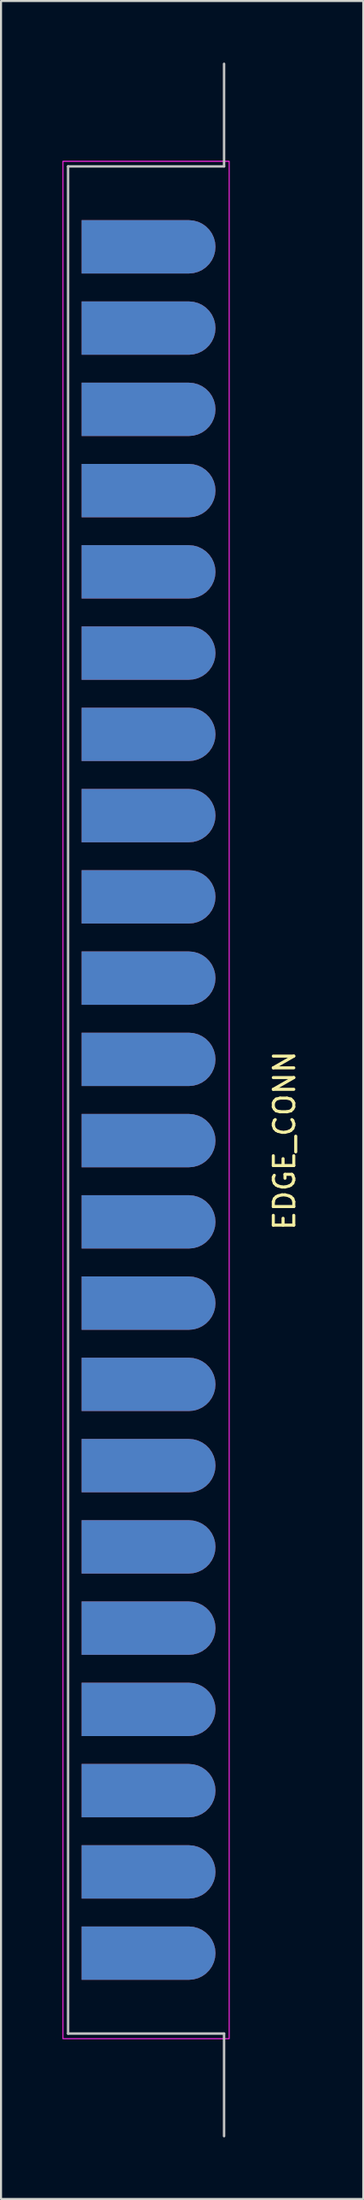
<source format=kicad_pcb>
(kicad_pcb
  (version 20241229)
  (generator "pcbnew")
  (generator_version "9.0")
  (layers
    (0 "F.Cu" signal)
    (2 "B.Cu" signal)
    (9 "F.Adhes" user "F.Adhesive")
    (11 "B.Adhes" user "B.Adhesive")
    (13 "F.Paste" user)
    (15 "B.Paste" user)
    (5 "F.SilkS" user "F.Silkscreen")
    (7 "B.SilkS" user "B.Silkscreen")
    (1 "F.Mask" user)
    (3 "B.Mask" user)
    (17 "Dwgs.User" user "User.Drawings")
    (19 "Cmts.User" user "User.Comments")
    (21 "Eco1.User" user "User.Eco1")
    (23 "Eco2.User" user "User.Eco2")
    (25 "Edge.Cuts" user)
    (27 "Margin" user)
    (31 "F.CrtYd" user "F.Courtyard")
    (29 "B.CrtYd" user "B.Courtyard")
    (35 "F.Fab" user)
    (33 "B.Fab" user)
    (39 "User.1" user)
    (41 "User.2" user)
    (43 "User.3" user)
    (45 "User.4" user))
  (footprint "EDGE_CONN"
    (layer "F.Cu")
    (at 4.085 50.56)
    (property "Reference" "EDGE_CONN" (at 6.76 1.98 270) (layer "F.SilkS") (effects (font (size 1 1) (thickness 0.15))))
    (attr smd)
    (fp_rect (start -3.94 -46.62) (end 3.64 46.62) (stroke (width 0.12) (type solid)) (fill yes) (layer "F.Mask"))
    (fp_rect (start -3.94 -46.62) (end 3.64 46.62) (stroke (width 0.12) (type solid)) (fill yes) (layer "B.Mask"))
    (fp_line (start -3.81 -45.5) (end -3.81 45.5) (stroke (width 0.12) (type solid)) (layer "Dwgs.User"))
    (fp_line (start -3.81 -45.5) (end 3.81 -45.5) (stroke (width 0.12) (type solid)) (layer "Dwgs.User"))
    (fp_line (start -3.81 45.5) (end 3.81 45.5) (stroke (width 0.12) (type solid)) (layer "Dwgs.User"))
    (fp_line (start 3.81 -45.5) (end 3.81 -50.5) (stroke (width 0.12) (type solid)) (layer "Dwgs.User"))
    (fp_line (start 3.81 45.5) (end 3.81 50.5) (stroke (width 0.12) (type solid)) (layer "Dwgs.User"))
    (fp_rect (start -4.06 -45.75) (end 4.06 45.75) (stroke (width 0.05) (type default)) (fill no) (layer "F.CrtYd"))
    (pad "1" connect roundrect (at 0.12 -41.58 90) (size 2.6 6.54) (layers "F.Cu") (roundrect_rratio 0.5) (chamfer_ratio 0) (chamfer top_left top_right))
    (pad "2" connect roundrect (at 0.12 -37.62 90) (size 2.6 6.54) (layers "F.Cu") (roundrect_rratio 0.5) (chamfer_ratio 0) (chamfer top_left top_right))
    (pad "3" connect roundrect (at 0.12 -33.66 90) (size 2.6 6.54) (layers "F.Cu") (roundrect_rratio 0.5) (chamfer_ratio 0) (chamfer top_left top_right))
    (pad "4" connect roundrect (at 0.12 -29.7 90) (size 2.6 6.54) (layers "F.Cu") (roundrect_rratio 0.5) (chamfer_ratio 0) (chamfer top_left top_right))
    (pad "5" connect roundrect (at 0.12 -25.74 90) (size 2.6 6.54) (layers "F.Cu") (roundrect_rratio 0.5) (chamfer_ratio 0) (chamfer top_left top_right))
    (pad "6" connect roundrect (at 0.12 -21.78 90) (size 2.6 6.54) (layers "F.Cu") (roundrect_rratio 0.5) (chamfer_ratio 0) (chamfer top_left top_right))
    (pad "7" connect roundrect (at 0.12 -17.82 90) (size 2.6 6.54) (layers "F.Cu") (roundrect_rratio 0.5) (chamfer_ratio 0) (chamfer top_left top_right))
    (pad "8" connect roundrect (at 0.12 -13.86 90) (size 2.6 6.54) (layers "F.Cu") (roundrect_rratio 0.5) (chamfer_ratio 0) (chamfer top_left top_right))
    (pad "9" connect roundrect (at 0.12 -9.9 90) (size 2.6 6.54) (layers "F.Cu") (roundrect_rratio 0.5) (chamfer_ratio 0) (chamfer top_left top_right))
    (pad "10" connect roundrect (at 0.12 -5.94 90) (size 2.6 6.54) (layers "F.Cu") (roundrect_rratio 0.5) (chamfer_ratio 0) (chamfer top_left top_right))
    (pad "11" connect roundrect (at 0.12 -1.98 90) (size 2.6 6.54) (layers "F.Cu") (roundrect_rratio 0.5) (chamfer_ratio 0) (chamfer top_left top_right))
    (pad "12" connect roundrect (at 0.12 1.98 90) (size 2.6 6.54) (layers "F.Cu") (roundrect_rratio 0.5) (chamfer_ratio 0) (chamfer top_left top_right))
    (pad "13" connect roundrect (at 0.12 5.94 90) (size 2.6 6.54) (layers "F.Cu") (roundrect_rratio 0.5) (chamfer_ratio 0) (chamfer top_left top_right))
    (pad "14" connect roundrect (at 0.12 9.9 90) (size 2.6 6.54) (layers "F.Cu") (roundrect_rratio 0.5) (chamfer_ratio 0) (chamfer top_left top_right))
    (pad "15" connect roundrect (at 0.12 13.86 90) (size 2.6 6.54) (layers "F.Cu") (roundrect_rratio 0.5) (chamfer_ratio 0) (chamfer top_left top_right))
    (pad "16" connect roundrect (at 0.12 17.82 90) (size 2.6 6.54) (layers "F.Cu") (roundrect_rratio 0.5) (chamfer_ratio 0) (chamfer top_left top_right))
    (pad "17" connect roundrect (at 0.12 21.78 90) (size 2.6 6.54) (layers "F.Cu") (roundrect_rratio 0.5) (chamfer_ratio 0) (chamfer top_left top_right))
    (pad "18" connect roundrect (at 0.12 25.74 90) (size 2.6 6.54) (layers "F.Cu") (roundrect_rratio 0.5) (chamfer_ratio 0) (chamfer top_left top_right))
    (pad "19" connect roundrect (at 0.12 29.7 90) (size 2.6 6.54) (layers "F.Cu") (roundrect_rratio 0.5) (chamfer_ratio 0) (chamfer top_left top_right))
    (pad "20" connect roundrect (at 0.12 33.66 90) (size 2.6 6.54) (layers "F.Cu") (roundrect_rratio 0.5) (chamfer_ratio 0) (chamfer top_left top_right))
    (pad "21" connect roundrect (at 0.12 37.62 90) (size 2.6 6.54) (layers "F.Cu") (roundrect_rratio 0.5) (chamfer_ratio 0) (chamfer top_left top_right))
    (pad "22" connect roundrect (at 0.12 41.58 90) (size 2.6 6.54) (layers "F.Cu") (roundrect_rratio 0.5) (chamfer_ratio 0) (chamfer top_left top_right))
    (pad "A" connect roundrect (at 0.12 -41.58 90) (size 2.6 6.54) (layers "B.Cu" "B.Mask") (roundrect_rratio 0.5) (chamfer_ratio 0) (chamfer top_left top_right))
    (pad "B" connect roundrect (at 0.12 -37.62 90) (size 2.6 6.54) (layers "B.Cu" "B.Mask") (roundrect_rratio 0.5) (chamfer_ratio 0) (chamfer top_left top_right))
    (pad "C" connect roundrect (at 0.12 -33.66 90) (size 2.6 6.54) (layers "B.Cu" "B.Mask") (roundrect_rratio 0.5) (chamfer_ratio 0) (chamfer top_left top_right))
    (pad "D" connect roundrect (at 0.12 -29.7 90) (size 2.6 6.54) (layers "B.Cu" "B.Mask") (roundrect_rratio 0.5) (chamfer_ratio 0) (chamfer top_left top_right))
    (pad "E" connect roundrect (at 0.12 -25.74 90) (size 2.6 6.54) (layers "B.Cu" "B.Mask") (roundrect_rratio 0.5) (chamfer_ratio 0) (chamfer top_left top_right))
    (pad "F" connect roundrect (at 0.12 -21.78 90) (size 2.6 6.54) (layers "B.Cu" "B.Mask") (roundrect_rratio 0.5) (chamfer_ratio 0) (chamfer top_left top_right))
    (pad "H" connect roundrect (at 0.12 -17.82 90) (size 2.6 6.54) (layers "B.Cu" "B.Mask") (roundrect_rratio 0.5) (chamfer_ratio 0) (chamfer top_left top_right))
    (pad "J" connect roundrect (at 0.12 -13.86 90) (size 2.6 6.54) (layers "B.Cu" "B.Mask") (roundrect_rratio 0.5) (chamfer_ratio 0) (chamfer top_left top_right))
    (pad "K" connect roundrect (at 0.12 -9.9 90) (size 2.6 6.54) (layers "B.Cu" "B.Mask") (roundrect_rratio 0.5) (chamfer_ratio 0) (chamfer top_left top_right))
    (pad "L" connect roundrect (at 0.12 -5.94 90) (size 2.6 6.54) (layers "B.Cu" "B.Mask") (roundrect_rratio 0.5) (chamfer_ratio 0) (chamfer top_left top_right))
    (pad "M" connect roundrect (at 0.12 -1.98 90) (size 2.6 6.54) (layers "B.Cu" "B.Mask") (roundrect_rratio 0.5) (chamfer_ratio 0) (chamfer top_left top_right))
    (pad "N" connect roundrect (at 0.12 1.98 90) (size 2.6 6.54) (layers "B.Cu" "B.Mask") (roundrect_rratio 0.5) (chamfer_ratio 0) (chamfer top_left top_right))
    (pad "P" connect roundrect (at 0.12 5.94 90) (size 2.6 6.54) (layers "B.Cu" "B.Mask") (roundrect_rratio 0.5) (chamfer_ratio 0) (chamfer top_left top_right))
    (pad "R" connect roundrect (at 0.12 9.9 90) (size 2.6 6.54) (layers "B.Cu" "B.Mask") (roundrect_rratio 0.5) (chamfer_ratio 0) (chamfer top_left top_right))
    (pad "S" connect roundrect (at 0.12 13.86 90) (size 2.6 6.54) (layers "B.Cu" "B.Mask") (roundrect_rratio 0.5) (chamfer_ratio 0) (chamfer top_left top_right))
    (pad "T" connect roundrect (at 0.12 17.82 90) (size 2.6 6.54) (layers "B.Cu" "B.Mask") (roundrect_rratio 0.5) (chamfer_ratio 0) (chamfer top_left top_right))
    (pad "U" connect roundrect (at 0.12 21.78 90) (size 2.6 6.54) (layers "B.Cu" "B.Mask") (roundrect_rratio 0.5) (chamfer_ratio 0) (chamfer top_left top_right))
    (pad "V" connect roundrect (at 0.12 25.74 90) (size 2.6 6.54) (layers "B.Cu" "B.Mask") (roundrect_rratio 0.5) (chamfer_ratio 0) (chamfer top_left top_right))
    (pad "W" connect roundrect (at 0.12 29.7 90) (size 2.6 6.54) (layers "B.Cu" "B.Mask") (roundrect_rratio 0.5) (chamfer_ratio 0) (chamfer top_left top_right))
    (pad "X" connect roundrect (at 0.12 33.66 90) (size 2.6 6.54) (layers "B.Cu" "B.Mask") (roundrect_rratio 0.5) (chamfer_ratio 0) (chamfer top_left top_right))
    (pad "Y" connect roundrect (at 0.12 37.62 90) (size 2.6 6.54) (layers "B.Cu" "B.Mask") (roundrect_rratio 0.5) (chamfer_ratio 0) (chamfer top_left top_right))
    (pad "Z" connect roundrect (at 0.12 41.58 90) (size 2.6 6.54) (layers "B.Cu" "B.Mask") (roundrect_rratio 0.5) (chamfer_ratio 0) (chamfer top_left top_right)))
  (gr_rect
    (start -3 -3)
    (end 14.693 104.12)
    (stroke (width 0.1) (type default))
    (fill no)
    (layer "Edge.Cuts")))
</source>
